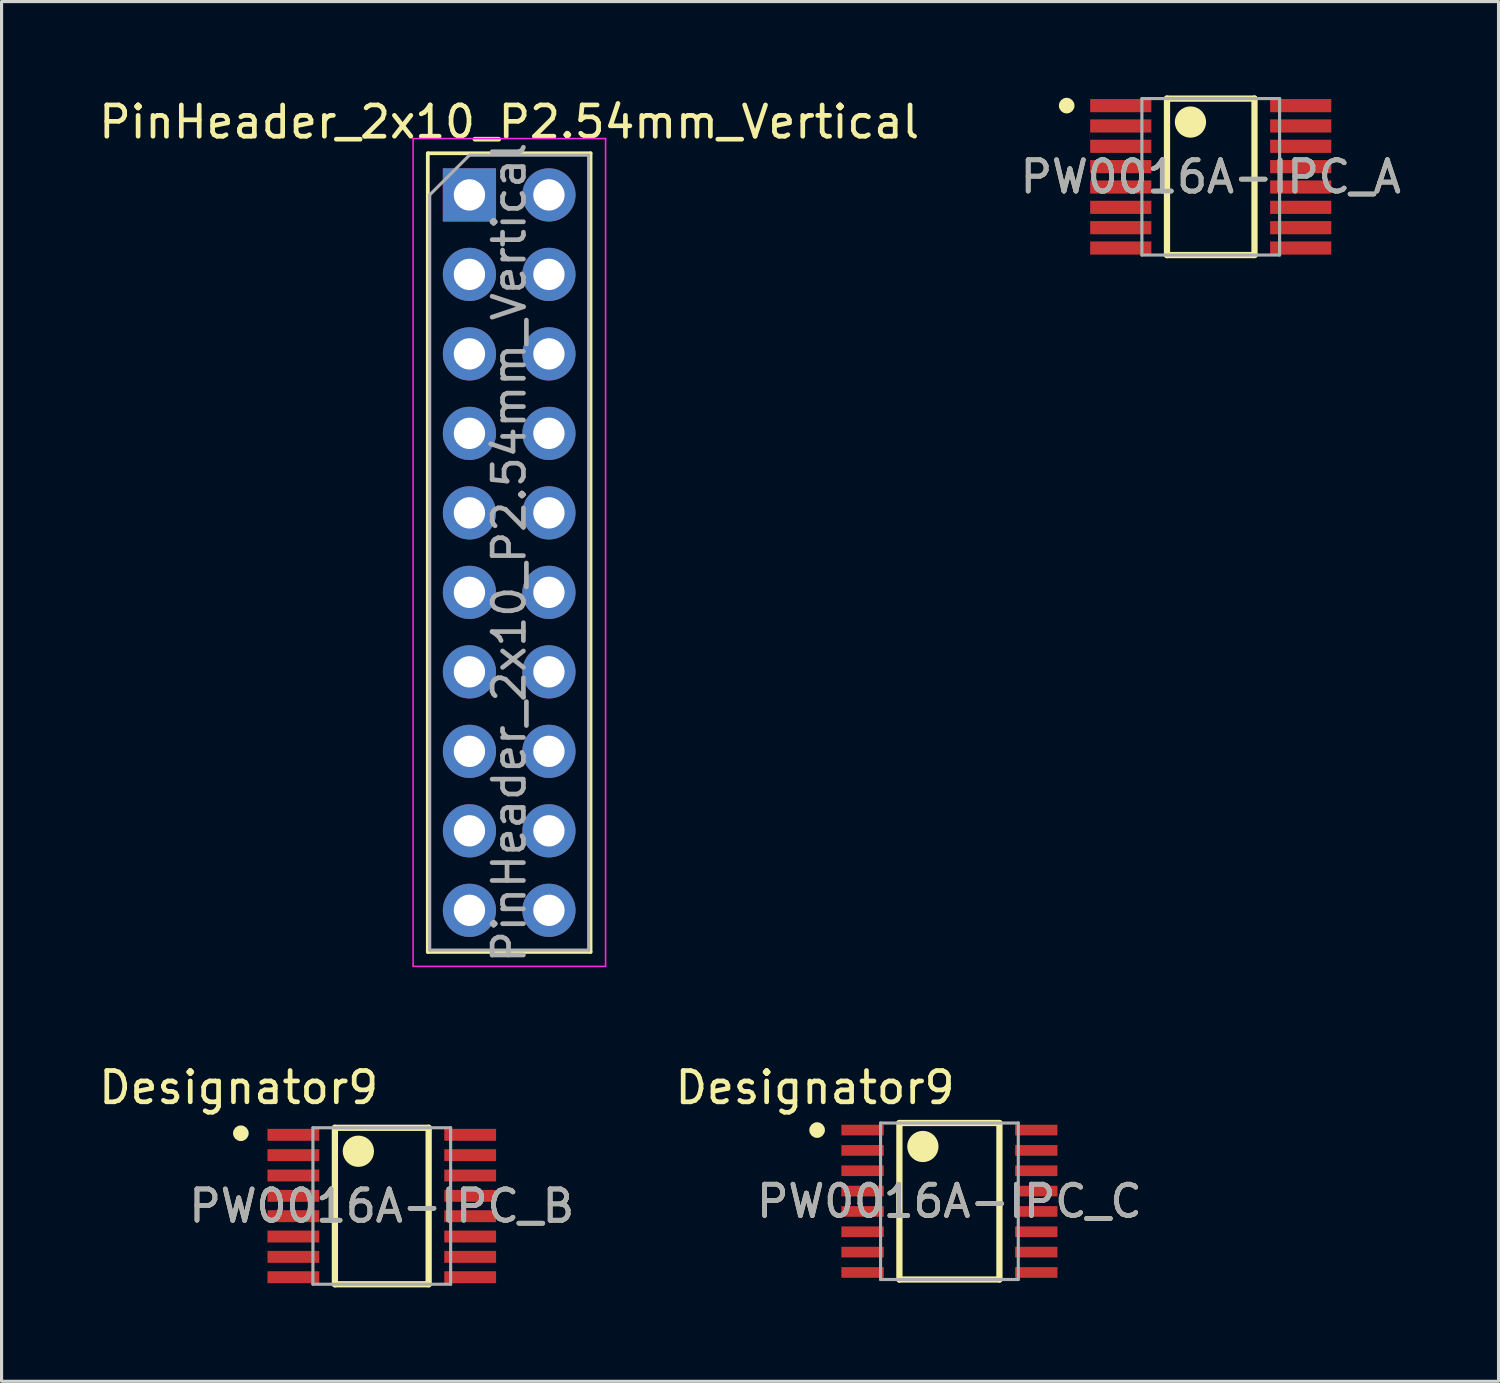
<source format=kicad_pcb>
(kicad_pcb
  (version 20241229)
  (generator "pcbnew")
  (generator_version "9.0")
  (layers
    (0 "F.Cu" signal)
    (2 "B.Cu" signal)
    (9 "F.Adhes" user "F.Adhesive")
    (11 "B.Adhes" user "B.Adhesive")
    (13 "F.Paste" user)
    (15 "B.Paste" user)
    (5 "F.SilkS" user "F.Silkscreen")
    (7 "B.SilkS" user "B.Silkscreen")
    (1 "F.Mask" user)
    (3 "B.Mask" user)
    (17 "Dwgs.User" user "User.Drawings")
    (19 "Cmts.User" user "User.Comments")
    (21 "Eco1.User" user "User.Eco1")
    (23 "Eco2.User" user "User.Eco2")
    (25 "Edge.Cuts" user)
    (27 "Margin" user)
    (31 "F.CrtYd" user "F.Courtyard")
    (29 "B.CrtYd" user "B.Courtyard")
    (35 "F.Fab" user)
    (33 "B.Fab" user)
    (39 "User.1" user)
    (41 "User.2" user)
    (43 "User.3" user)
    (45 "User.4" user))
  (footprint "PinHeader_2x10_P2.54mm_Vertical"
    (layer "F.Cu")
    (at 11.95 3.178)
    (property "Reference" "PinHeader_2x10_P2.54mm_Vertical" (at 1.27 -2.33 0) (layer "F.SilkS") (effects (font (size 1 1) (thickness 0.15))))
    (attr through_hole)
    (fp_line (start -1.33 -1.33) (end -1.33 24.19) (stroke (width 0.12) (type solid)) (layer "F.SilkS"))
    (fp_line (start -1.33 -1.33) (end 3.87 -1.33) (stroke (width 0.12) (type solid)) (layer "F.SilkS"))
    (fp_line (start -1.33 24.19) (end 3.87 24.19) (stroke (width 0.12) (type solid)) (layer "F.SilkS"))
    (fp_line (start 3.87 -1.33) (end 3.87 24.19) (stroke (width 0.12) (type solid)) (layer "F.SilkS"))
    (fp_line (start -1.8 -1.8) (end -1.8 24.65) (stroke (width 0.05) (type solid)) (layer "F.CrtYd"))
    (fp_line (start -1.8 24.65) (end 4.35 24.65) (stroke (width 0.05) (type solid)) (layer "F.CrtYd"))
    (fp_line (start 4.35 -1.8) (end -1.8 -1.8) (stroke (width 0.05) (type solid)) (layer "F.CrtYd"))
    (fp_line (start 4.35 24.65) (end 4.35 -1.8) (stroke (width 0.05) (type solid)) (layer "F.CrtYd"))
    (fp_line (start -1.27 0) (end 0 -1.27) (stroke (width 0.1) (type solid)) (layer "F.Fab"))
    (fp_line (start -1.27 24.13) (end -1.27 0) (stroke (width 0.1) (type solid)) (layer "F.Fab"))
    (fp_line (start 0 -1.27) (end 3.81 -1.27) (stroke (width 0.1) (type solid)) (layer "F.Fab"))
    (fp_line (start 3.81 -1.27) (end 3.81 24.13) (stroke (width 0.1) (type solid)) (layer "F.Fab"))
    (fp_line (start 3.81 24.13) (end -1.27 24.13) (stroke (width 0.1) (type solid)) (layer "F.Fab"))
    (fp_text user "${REFERENCE}" (at 1.27 11.43 270) (layer "F.Fab") (effects (font (size 1 1) (thickness 0.15))))
    (pad "1" thru_hole rect (at 0 0) (size 1.7 1.7) (drill 1) (layers "*.Cu" "*.Mask"))
    (pad "2" thru_hole oval (at 2.54 0) (size 1.7 1.7) (drill 1) (layers "*.Cu" "*.Mask"))
    (pad "3" thru_hole oval (at 0 2.54) (size 1.7 1.7) (drill 1) (layers "*.Cu" "*.Mask"))
    (pad "4" thru_hole oval (at 2.54 2.54) (size 1.7 1.7) (drill 1) (layers "*.Cu" "*.Mask"))
    (pad "5" thru_hole oval (at 0 5.08) (size 1.7 1.7) (drill 1) (layers "*.Cu" "*.Mask"))
    (pad "6" thru_hole oval (at 2.54 5.08) (size 1.7 1.7) (drill 1) (layers "*.Cu" "*.Mask"))
    (pad "7" thru_hole oval (at 0 7.62) (size 1.7 1.7) (drill 1) (layers "*.Cu" "*.Mask"))
    (pad "8" thru_hole oval (at 2.54 7.62) (size 1.7 1.7) (drill 1) (layers "*.Cu" "*.Mask"))
    (pad "9" thru_hole oval (at 0 10.16) (size 1.7 1.7) (drill 1) (layers "*.Cu" "*.Mask"))
    (pad "10" thru_hole oval (at 2.54 10.16) (size 1.7 1.7) (drill 1) (layers "*.Cu" "*.Mask"))
    (pad "11" thru_hole oval (at 0 12.7) (size 1.7 1.7) (drill 1) (layers "*.Cu" "*.Mask"))
    (pad "12" thru_hole oval (at 2.54 12.7) (size 1.7 1.7) (drill 1) (layers "*.Cu" "*.Mask"))
    (pad "13" thru_hole oval (at 0 15.24) (size 1.7 1.7) (drill 1) (layers "*.Cu" "*.Mask"))
    (pad "14" thru_hole oval (at 2.54 15.24) (size 1.7 1.7) (drill 1) (layers "*.Cu" "*.Mask"))
    (pad "15" thru_hole oval (at 0 17.78) (size 1.7 1.7) (drill 1) (layers "*.Cu" "*.Mask"))
    (pad "16" thru_hole oval (at 2.54 17.78) (size 1.7 1.7) (drill 1) (layers "*.Cu" "*.Mask"))
    (pad "17" thru_hole oval (at 0 20.32) (size 1.7 1.7) (drill 1) (layers "*.Cu" "*.Mask"))
    (pad "18" thru_hole oval (at 2.54 20.32) (size 1.7 1.7) (drill 1) (layers "*.Cu" "*.Mask"))
    (pad "19" thru_hole oval (at 0 22.86) (size 1.7 1.7) (drill 1) (layers "*.Cu" "*.Mask"))
    (pad "20" thru_hole oval (at 2.54 22.86) (size 1.7 1.7) (drill 1) (layers "*.Cu" "*.Mask")))
  (footprint "PW0016A-IPC_B"
    (layer "F.Cu")
    (at 9.149 35.486)
    (property "Reference" "PW0016A-IPC_B" (at 0 0 0) (unlocked yes) (layer "F.SilkS") (effects (font (size 1 1) (thickness 0.15))))
    (attr smd)
    (fp_line (start -1.498 -2.5) (end 1.498 -2.5) (stroke (width 0.2) (type solid)) (layer "F.SilkS"))
    (fp_line (start -1.498 2.5) (end -1.498 -2.5) (stroke (width 0.2) (type solid)) (layer "F.SilkS"))
    (fp_line (start -1.498 2.5) (end 1.498 2.5) (stroke (width 0.2) (type solid)) (layer "F.SilkS"))
    (fp_line (start 1.498 2.5) (end 1.498 -2.5) (stroke (width 0.2) (type solid)) (layer "F.SilkS"))
    (fp_circle (center -4.503 -2.325) (end -4.378 -2.325) (stroke (width 0.25) (type solid)) (fill no) (layer "F.SilkS"))
    (fp_circle (center -0.748 -1.75) (end -0.498 -1.75) (stroke (width 0.5) (type solid)) (fill no) (layer "F.SilkS"))
    (fp_line (start -2.2 -2.5) (end 2.2 -2.5) (stroke (width 0.1) (type solid)) (layer "F.Fab"))
    (fp_line (start -2.2 2.5) (end -2.2 -2.5) (stroke (width 0.1) (type solid)) (layer "F.Fab"))
    (fp_line (start -2.2 2.5) (end 2.2 2.5) (stroke (width 0.1) (type solid)) (layer "F.Fab"))
    (fp_line (start 2.2 2.5) (end 2.2 -2.5) (stroke (width 0.1) (type solid)) (layer "F.Fab"))
    (fp_text user "Designator9" (at -4.572 -3.785 0) (unlocked yes) (layer "F.SilkS") (effects (font (size 1 1) (thickness 0.15))))
    (fp_text user "${REFERENCE}" (at 0 0 0) (unlocked yes) (layer "F.Fab") (effects (font (size 1 1) (thickness 0.15))))
    (pad "1" smd rect (at -2.825 -2.275) (size 1.655 0.381) (layers "F.Cu" "F.Mask" "F.Paste"))
    (pad "2" smd rect (at -2.825 -1.625) (size 1.655 0.381) (layers "F.Cu" "F.Mask" "F.Paste"))
    (pad "3" smd rect (at -2.825 -0.975) (size 1.655 0.381) (layers "F.Cu" "F.Mask" "F.Paste"))
    (pad "4" smd rect (at -2.825 -0.325) (size 1.655 0.381) (layers "F.Cu" "F.Mask" "F.Paste"))
    (pad "5" smd rect (at -2.825 0.325) (size 1.655 0.381) (layers "F.Cu" "F.Mask" "F.Paste"))
    (pad "6" smd rect (at -2.825 0.975) (size 1.655 0.381) (layers "F.Cu" "F.Mask" "F.Paste"))
    (pad "7" smd rect (at -2.825 1.625) (size 1.655 0.381) (layers "F.Cu" "F.Mask" "F.Paste"))
    (pad "8" smd rect (at -2.825 2.275) (size 1.655 0.381) (layers "F.Cu" "F.Mask" "F.Paste"))
    (pad "9" smd rect (at 2.825 2.275) (size 1.655 0.381) (layers "F.Cu" "F.Mask" "F.Paste"))
    (pad "10" smd rect (at 2.825 1.625) (size 1.655 0.381) (layers "F.Cu" "F.Mask" "F.Paste"))
    (pad "11" smd rect (at 2.825 0.975) (size 1.655 0.381) (layers "F.Cu" "F.Mask" "F.Paste"))
    (pad "12" smd rect (at 2.825 0.325) (size 1.655 0.381) (layers "F.Cu" "F.Mask" "F.Paste"))
    (pad "13" smd rect (at 2.825 -0.325) (size 1.655 0.381) (layers "F.Cu" "F.Mask" "F.Paste"))
    (pad "14" smd rect (at 2.825 -0.975) (size 1.655 0.381) (layers "F.Cu" "F.Mask" "F.Paste"))
    (pad "15" smd rect (at 2.825 -1.625) (size 1.655 0.381) (layers "F.Cu" "F.Mask" "F.Paste"))
    (pad "16" smd rect (at 2.825 -2.275) (size 1.655 0.381) (layers "F.Cu" "F.Mask" "F.Paste")))
  (footprint "PW0016A-IPC_C"
    (layer "F.Cu")
    (at 27.287 35.334)
    (property "Reference" "PW0016A-IPC_C" (at 0 0 0) (unlocked yes) (layer "F.SilkS") (effects (font (size 1 1) (thickness 0.15))))
    (attr smd)
    (fp_line (start -1.598 -2.5) (end 1.598 -2.5) (stroke (width 0.2) (type solid)) (layer "F.SilkS"))
    (fp_line (start -1.598 2.5) (end -1.598 -2.5) (stroke (width 0.2) (type solid)) (layer "F.SilkS"))
    (fp_line (start -1.598 2.5) (end 1.598 2.5) (stroke (width 0.2) (type solid)) (layer "F.SilkS"))
    (fp_line (start 1.598 2.5) (end 1.598 -2.5) (stroke (width 0.2) (type solid)) (layer "F.SilkS"))
    (fp_circle (center -4.228 -2.275) (end -4.103 -2.275) (stroke (width 0.25) (type solid)) (fill no) (layer "F.SilkS"))
    (fp_circle (center -0.848 -1.75) (end -0.598 -1.75) (stroke (width 0.5) (type solid)) (fill no) (layer "F.SilkS"))
    (fp_line (start -2.2 -2.5) (end 2.2 -2.5) (stroke (width 0.1) (type solid)) (layer "F.Fab"))
    (fp_line (start -2.2 2.5) (end -2.2 -2.5) (stroke (width 0.1) (type solid)) (layer "F.Fab"))
    (fp_line (start -2.2 2.5) (end 2.2 2.5) (stroke (width 0.1) (type solid)) (layer "F.Fab"))
    (fp_line (start 2.2 2.5) (end 2.2 -2.5) (stroke (width 0.1) (type solid)) (layer "F.Fab"))
    (fp_text user "Designator9" (at -4.293 -3.632 0) (unlocked yes) (layer "F.SilkS") (effects (font (size 1 1) (thickness 0.15))))
    (fp_text user "${REFERENCE}" (at 0 0 0) (unlocked yes) (layer "F.Fab") (effects (font (size 1 1) (thickness 0.15))))
    (pad "1" smd rect (at -2.775 -2.275) (size 1.355 0.341) (layers "F.Cu" "F.Mask" "F.Paste"))
    (pad "2" smd rect (at -2.775 -1.625) (size 1.355 0.341) (layers "F.Cu" "F.Mask" "F.Paste"))
    (pad "3" smd rect (at -2.775 -0.975) (size 1.355 0.341) (layers "F.Cu" "F.Mask" "F.Paste"))
    (pad "4" smd rect (at -2.775 -0.325) (size 1.355 0.341) (layers "F.Cu" "F.Mask" "F.Paste"))
    (pad "5" smd rect (at -2.775 0.325) (size 1.355 0.341) (layers "F.Cu" "F.Mask" "F.Paste"))
    (pad "6" smd rect (at -2.775 0.975) (size 1.355 0.341) (layers "F.Cu" "F.Mask" "F.Paste"))
    (pad "7" smd rect (at -2.775 1.625) (size 1.355 0.341) (layers "F.Cu" "F.Mask" "F.Paste"))
    (pad "8" smd rect (at -2.775 2.275) (size 1.355 0.341) (layers "F.Cu" "F.Mask" "F.Paste"))
    (pad "9" smd rect (at 2.775 2.275) (size 1.355 0.341) (layers "F.Cu" "F.Mask" "F.Paste"))
    (pad "10" smd rect (at 2.775 1.625) (size 1.355 0.341) (layers "F.Cu" "F.Mask" "F.Paste"))
    (pad "11" smd rect (at 2.775 0.975) (size 1.355 0.341) (layers "F.Cu" "F.Mask" "F.Paste"))
    (pad "12" smd rect (at 2.775 0.325) (size 1.355 0.341) (layers "F.Cu" "F.Mask" "F.Paste"))
    (pad "13" smd rect (at 2.775 -0.325) (size 1.355 0.341) (layers "F.Cu" "F.Mask" "F.Paste"))
    (pad "14" smd rect (at 2.775 -0.975) (size 1.355 0.341) (layers "F.Cu" "F.Mask" "F.Paste"))
    (pad "15" smd rect (at 2.775 -1.625) (size 1.355 0.341) (layers "F.Cu" "F.Mask" "F.Paste"))
    (pad "16" smd rect (at 2.775 -2.275) (size 1.355 0.341) (layers "F.Cu" "F.Mask" "F.Paste")))
  (footprint "PW0016A-IPC_A"
    (layer "F.Cu")
    (at 35.637 2.6)
    (property "Reference" "PW0016A-IPC_A" (at 0 0 0) (unlocked yes) (layer "F.SilkS") (effects (font (size 1 1) (thickness 0.15))))
    (attr smd)
    (fp_line (start -1.398 -2.5) (end 1.398 -2.5) (stroke (width 0.2) (type solid)) (layer "F.SilkS"))
    (fp_line (start -1.398 2.5) (end -1.398 -2.5) (stroke (width 0.2) (type solid)) (layer "F.SilkS"))
    (fp_line (start -1.398 2.5) (end 1.398 2.5) (stroke (width 0.2) (type solid)) (layer "F.SilkS"))
    (fp_line (start 1.398 2.5) (end 1.398 -2.5) (stroke (width 0.2) (type solid)) (layer "F.SilkS"))
    (fp_circle (center -4.603 -2.275) (end -4.478 -2.275) (stroke (width 0.25) (type solid)) (fill no) (layer "F.SilkS"))
    (fp_circle (center -0.648 -1.75) (end -0.398 -1.75) (stroke (width 0.5) (type solid)) (fill no) (layer "F.SilkS"))
    (fp_line (start -2.2 -2.5) (end 2.2 -2.5) (stroke (width 0.1) (type solid)) (layer "F.Fab"))
    (fp_line (start -2.2 2.5) (end -2.2 -2.5) (stroke (width 0.1) (type solid)) (layer "F.Fab"))
    (fp_line (start -2.2 2.5) (end 2.2 2.5) (stroke (width 0.1) (type solid)) (layer "F.Fab"))
    (fp_line (start 2.2 2.5) (end 2.2 -2.5) (stroke (width 0.1) (type solid)) (layer "F.Fab"))
    (fp_text user "${REFERENCE}" (at 0 0 0) (unlocked yes) (layer "F.Fab") (effects (font (size 1 1) (thickness 0.15))))
    (pad "1" smd rect (at -2.875 -2.275) (size 1.955 0.421) (layers "F.Cu" "F.Mask" "F.Paste"))
    (pad "2" smd rect (at -2.875 -1.625) (size 1.955 0.421) (layers "F.Cu" "F.Mask" "F.Paste"))
    (pad "3" smd rect (at -2.875 -0.975) (size 1.955 0.421) (layers "F.Cu" "F.Mask" "F.Paste"))
    (pad "4" smd rect (at -2.875 -0.325) (size 1.955 0.421) (layers "F.Cu" "F.Mask" "F.Paste"))
    (pad "5" smd rect (at -2.875 0.325) (size 1.955 0.421) (layers "F.Cu" "F.Mask" "F.Paste"))
    (pad "6" smd rect (at -2.875 0.975) (size 1.955 0.421) (layers "F.Cu" "F.Mask" "F.Paste"))
    (pad "7" smd rect (at -2.875 1.625) (size 1.955 0.421) (layers "F.Cu" "F.Mask" "F.Paste"))
    (pad "8" smd rect (at -2.875 2.275) (size 1.955 0.421) (layers "F.Cu" "F.Mask" "F.Paste"))
    (pad "9" smd rect (at 2.875 2.275) (size 1.955 0.421) (layers "F.Cu" "F.Mask" "F.Paste"))
    (pad "10" smd rect (at 2.875 1.625) (size 1.955 0.421) (layers "F.Cu" "F.Mask" "F.Paste"))
    (pad "11" smd rect (at 2.875 0.975) (size 1.955 0.421) (layers "F.Cu" "F.Mask" "F.Paste"))
    (pad "12" smd rect (at 2.875 0.325) (size 1.955 0.421) (layers "F.Cu" "F.Mask" "F.Paste"))
    (pad "13" smd rect (at 2.875 -0.325) (size 1.955 0.421) (layers "F.Cu" "F.Mask" "F.Paste"))
    (pad "14" smd rect (at 2.875 -0.975) (size 1.955 0.421) (layers "F.Cu" "F.Mask" "F.Paste"))
    (pad "15" smd rect (at 2.875 -1.625) (size 1.955 0.421) (layers "F.Cu" "F.Mask" "F.Paste"))
    (pad "16" smd rect (at 2.875 -2.275) (size 1.955 0.421) (layers "F.Cu" "F.Mask" "F.Paste")))
  (gr_rect
    (start -3 -3)
    (end 44.833 41.086)
    (stroke (width 0.1) (type default))
    (fill no)
    (layer "Edge.Cuts")))
</source>
